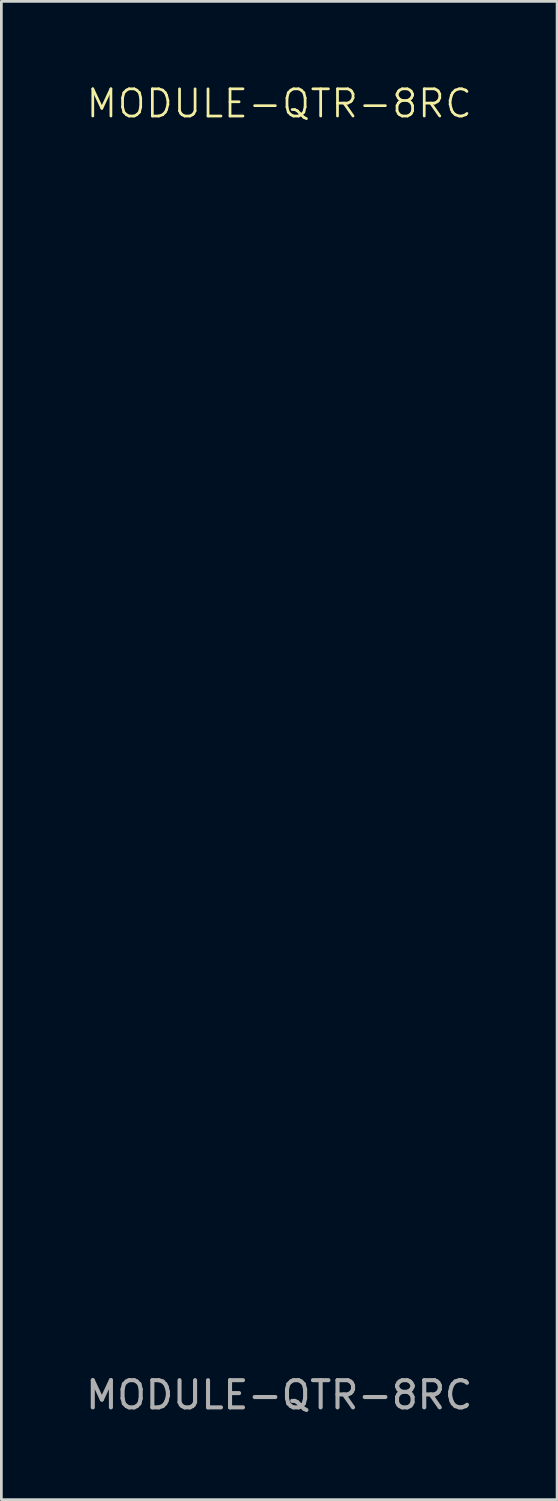
<source format=kicad_pcb>
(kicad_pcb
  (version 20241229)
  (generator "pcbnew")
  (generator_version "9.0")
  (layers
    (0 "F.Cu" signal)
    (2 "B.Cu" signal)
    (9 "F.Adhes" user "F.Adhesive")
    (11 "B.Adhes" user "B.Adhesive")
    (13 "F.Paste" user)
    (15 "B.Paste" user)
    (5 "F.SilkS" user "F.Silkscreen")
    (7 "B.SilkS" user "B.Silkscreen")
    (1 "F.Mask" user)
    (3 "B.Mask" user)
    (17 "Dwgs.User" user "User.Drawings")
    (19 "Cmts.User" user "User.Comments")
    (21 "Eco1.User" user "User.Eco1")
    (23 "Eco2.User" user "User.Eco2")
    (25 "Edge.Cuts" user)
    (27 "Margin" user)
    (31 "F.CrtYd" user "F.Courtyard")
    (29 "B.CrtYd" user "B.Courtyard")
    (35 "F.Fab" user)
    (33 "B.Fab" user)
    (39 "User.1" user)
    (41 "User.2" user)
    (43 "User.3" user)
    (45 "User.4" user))
  (footprint "MODULE-QTR-8RC"
    (layer "F.Cu")
    (at 7.22 24.128)
    (property "Reference" "MODULE-QTR-8RC" (at 0 -23.368 0) (unlocked yes) (layer "F.SilkS") (effects (font (size 1 1) (thickness 0.1))))
    (attr through_hole)
    (fp_text user "${REFERENCE}" (at 0 24.13 0) (unlocked yes) (layer "F.Fab") (effects (font (size 1 1) (thickness 0.15)))))
  (gr_rect
    (start -3 -3)
    (end 17.44 52.107)
    (stroke (width 0.1) (type default))
    (fill no)
    (layer "Edge.Cuts")))
</source>
